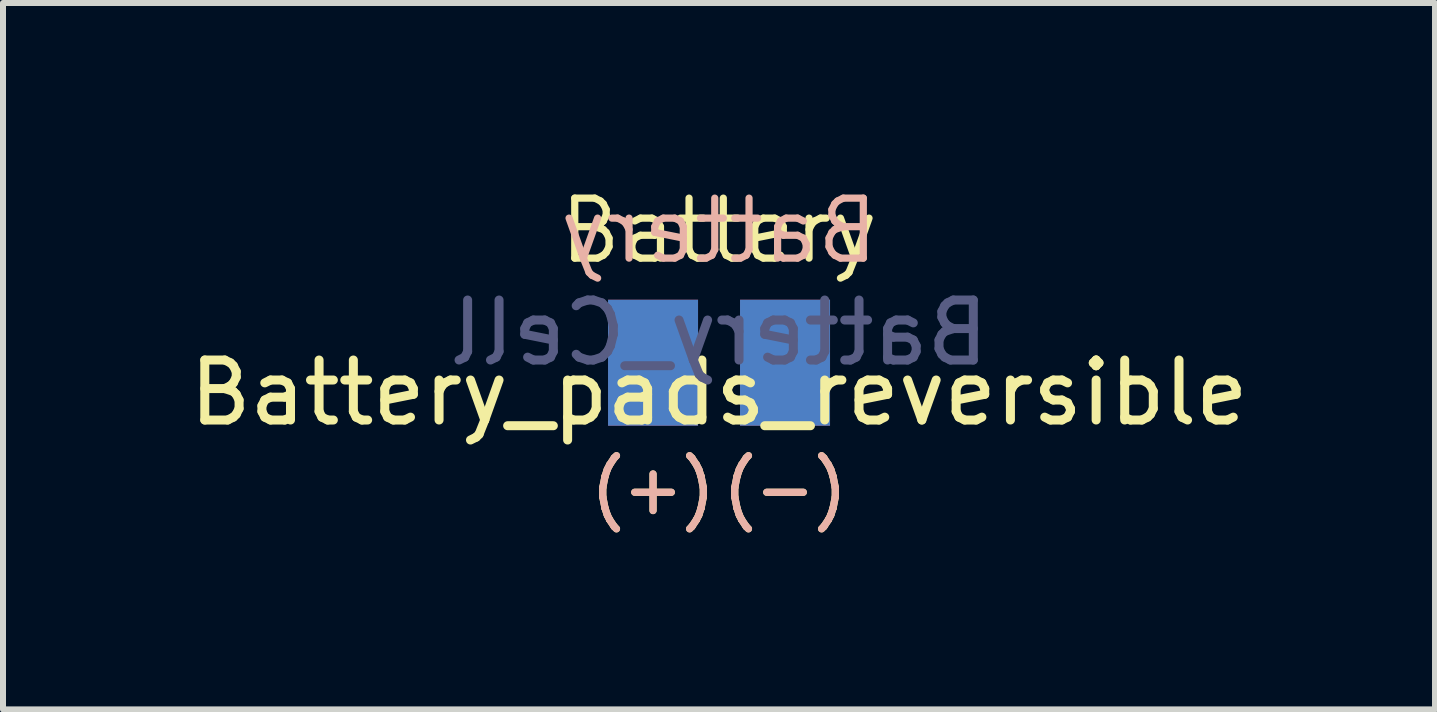
<source format=kicad_pcb>
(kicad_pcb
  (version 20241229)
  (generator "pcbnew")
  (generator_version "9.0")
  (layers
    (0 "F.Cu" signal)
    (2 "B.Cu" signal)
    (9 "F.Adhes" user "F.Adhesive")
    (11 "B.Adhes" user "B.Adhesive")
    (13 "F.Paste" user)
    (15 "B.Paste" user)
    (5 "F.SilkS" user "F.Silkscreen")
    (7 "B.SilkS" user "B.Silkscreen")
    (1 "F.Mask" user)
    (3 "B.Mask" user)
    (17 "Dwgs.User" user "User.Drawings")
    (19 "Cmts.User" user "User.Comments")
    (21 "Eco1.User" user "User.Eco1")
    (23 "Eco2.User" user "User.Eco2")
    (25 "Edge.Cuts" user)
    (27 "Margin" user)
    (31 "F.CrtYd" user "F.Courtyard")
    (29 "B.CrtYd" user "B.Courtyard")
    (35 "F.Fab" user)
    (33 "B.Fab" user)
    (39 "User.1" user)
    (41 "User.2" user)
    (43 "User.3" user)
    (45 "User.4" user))
  (footprint "Battery_pads_reversible"
    (layer "F.Cu")
    (at 8.935 2.996)
    (property "Reference" "Battery_pads_reversible" (at 0 0.5 0) (layer "F.SilkS") (effects (font (size 1 1) (thickness 0.15))))
    (fp_poly (pts (xy -1.799 1) (xy -1.799 -1) (xy -0.399 -1) (xy -0.399 1)) (stroke (width 0.1) (type solid)) (fill yes) (layer "F.Mask"))
    (fp_poly (pts (xy 0.4 1) (xy 0.4 -1) (xy 1.8 -1) (xy 1.8 1)) (stroke (width 0.1) (type solid)) (fill yes) (layer "F.Mask"))
    (fp_poly (pts (xy -0.4 1) (xy -0.4 -1) (xy -1.8 -1) (xy -1.8 1)) (stroke (width 0.1) (type solid)) (fill yes) (layer "B.Mask"))
    (fp_poly (pts (xy 1.8 1) (xy 1.8 -1) (xy 0.4 -1) (xy 0.4 1)) (stroke (width 0.1) (type solid)) (fill yes) (layer "B.Mask"))
    (fp_text user "(+)" (at -1.1 2.1 0) (layer "F.SilkS") (effects (font (size 0.8 0.8) (thickness 0.12))))
    (fp_text user "(-)" (at 1.1 2.1 0) (layer "F.SilkS") (effects (font (size 0.8 0.8) (thickness 0.12))))
    (fp_text user "Battery" (at 0 -2.2 0) (layer "F.SilkS") (effects (font (size 1 1) (thickness 0.12))))
    (fp_text user "(-)" (at 1.1 2.1 180) (layer "B.SilkS") (effects (font (size 0.8 0.8) (thickness 0.12)) (justify mirror)))
    (fp_text user "Battery" (at 0 -2.2 180) (layer "B.SilkS") (effects (font (size 1 1) (thickness 0.12)) (justify mirror)))
    (fp_text user "(+)" (at -1.1 2.1 180) (layer "B.SilkS") (effects (font (size 0.8 0.8) (thickness 0.12)) (justify mirror)))
    (fp_text user "Battery_Cell" (at 0 -0.5 180) (layer "B.Fab") (effects (font (size 1 1) (thickness 0.15)) (justify mirror)))
    (pad "1" smd rect (at -1.1 0) (size 1.5 2.1) (layers "F.Cu"))
    (pad "1" smd rect (at -1.1 0 180) (size 1.5 2.1) (layers "B.Cu"))
    (pad "2" smd rect (at 1.1 0) (size 1.5 2.1) (layers "F.Cu"))
    (pad "2" smd rect (at 1.1 0 180) (size 1.5 2.1) (layers "B.Cu")))
  (gr_rect
    (start -3 -3)
    (end 20.869 8.774)
    (stroke (width 0.1) (type default))
    (fill no)
    (layer "Edge.Cuts")))
</source>
